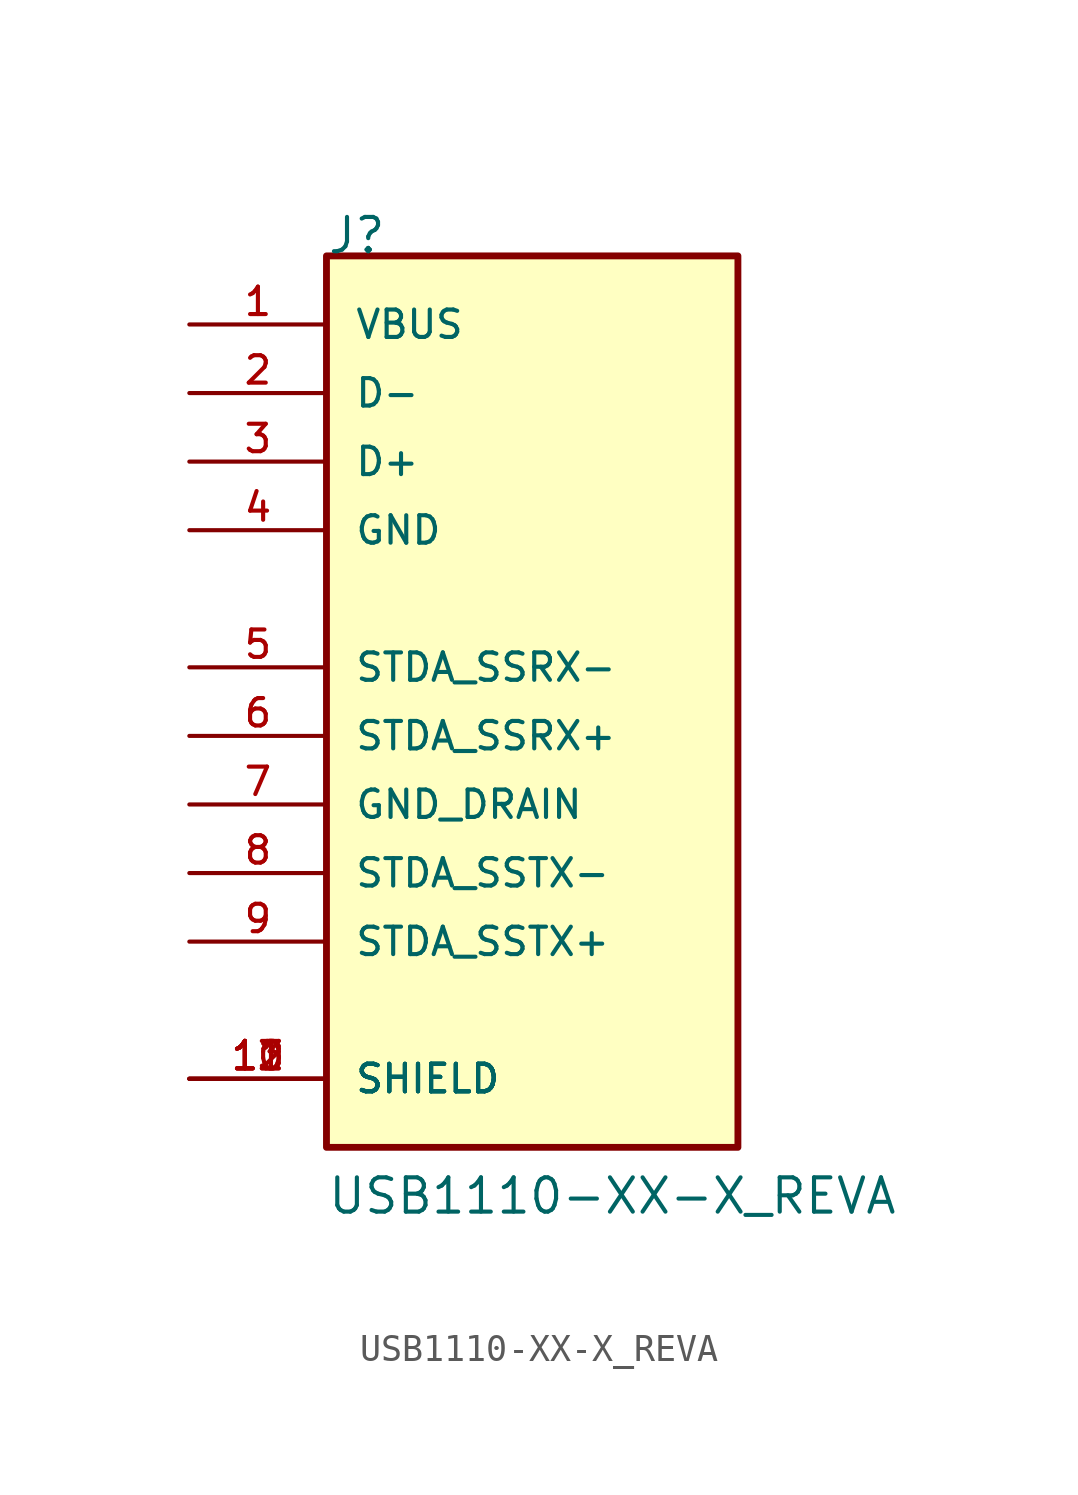
<source format=kicad_sym>
(kicad_symbol_lib
  (version 20211014)
  (generator kicad_symbol_editor)
  (symbol "USB1110-XX-X_REVA"
    (pin_names
      (offset 1.016))
    (property "Reference" "J"
      (at -7.625 15.251 0)
      (effects (font (size 1.27 1.27)) (justify bottom left)))
    (property "Value" "USB1110-XX-X_REVA"
      (at -7.622 -20.325 0)
      (effects (font (size 1.27 1.27)) (justify bottom left)))
    (symbol "USB1110-XX-X_REVA_0_0"
      (rectangle (start -7.62 -17.78) (end 7.62 15.24) (stroke (width 0.254)) (fill (type background)))
      (pin power_in line (at -12.7 12.7 0) (length 5.08) (name "VBUS" (effects (font (size 1.016 1.016)))) (number "1" (effects (font (size 1.016 1.016)))))
      (pin bidirectional line (at -12.7 10.16 0) (length 5.08) (name "D-" (effects (font (size 1.016 1.016)))) (number "2" (effects (font (size 1.016 1.016)))))
      (pin bidirectional line (at -12.7 7.62 0) (length 5.08) (name "D+" (effects (font (size 1.016 1.016)))) (number "3" (effects (font (size 1.016 1.016)))))
      (pin passive line (at -12.7 5.08 0) (length 5.08) (name "GND" (effects (font (size 1.016 1.016)))) (number "4" (effects (font (size 1.016 1.016)))))
      (pin passive line (at -12.7 -15.24 0) (length 5.08) (name "SHIELD" (effects (font (size 1.016 1.016)))) (number "10" (effects (font (size 1.016 1.016)))))
      (pin passive line (at -12.7 -15.24 0) (length 5.08) (name "SHIELD" (effects (font (size 1.016 1.016)))) (number "11" (effects (font (size 1.016 1.016)))))
      (pin passive line (at -12.7 -15.24 0) (length 5.08) (name "SHIELD" (effects (font (size 1.016 1.016)))) (number "12" (effects (font (size 1.016 1.016)))))
      (pin passive line (at -12.7 -15.24 0) (length 5.08) (name "SHIELD" (effects (font (size 1.016 1.016)))) (number "13" (effects (font (size 1.016 1.016)))))
      (pin input line (at -12.7 0.0 0) (length 5.08) (name "STDA_SSRX-" (effects (font (size 1.016 1.016)))) (number "5" (effects (font (size 1.016 1.016)))))
      (pin input line (at -12.7 -2.54 0) (length 5.08) (name "STDA_SSRX+" (effects (font (size 1.016 1.016)))) (number "6" (effects (font (size 1.016 1.016)))))
      (pin passive line (at -12.7 -5.08 0) (length 5.08) (name "GND_DRAIN" (effects (font (size 1.016 1.016)))) (number "7" (effects (font (size 1.016 1.016)))))
      (pin output line (at -12.7 -7.62 0) (length 5.08) (name "STDA_SSTX-" (effects (font (size 1.016 1.016)))) (number "8" (effects (font (size 1.016 1.016)))))
      (pin output line (at -12.7 -10.16 0) (length 5.08) (name "STDA_SSTX+" (effects (font (size 1.016 1.016)))) (number "9" (effects (font (size 1.016 1.016))))))))
</source>
